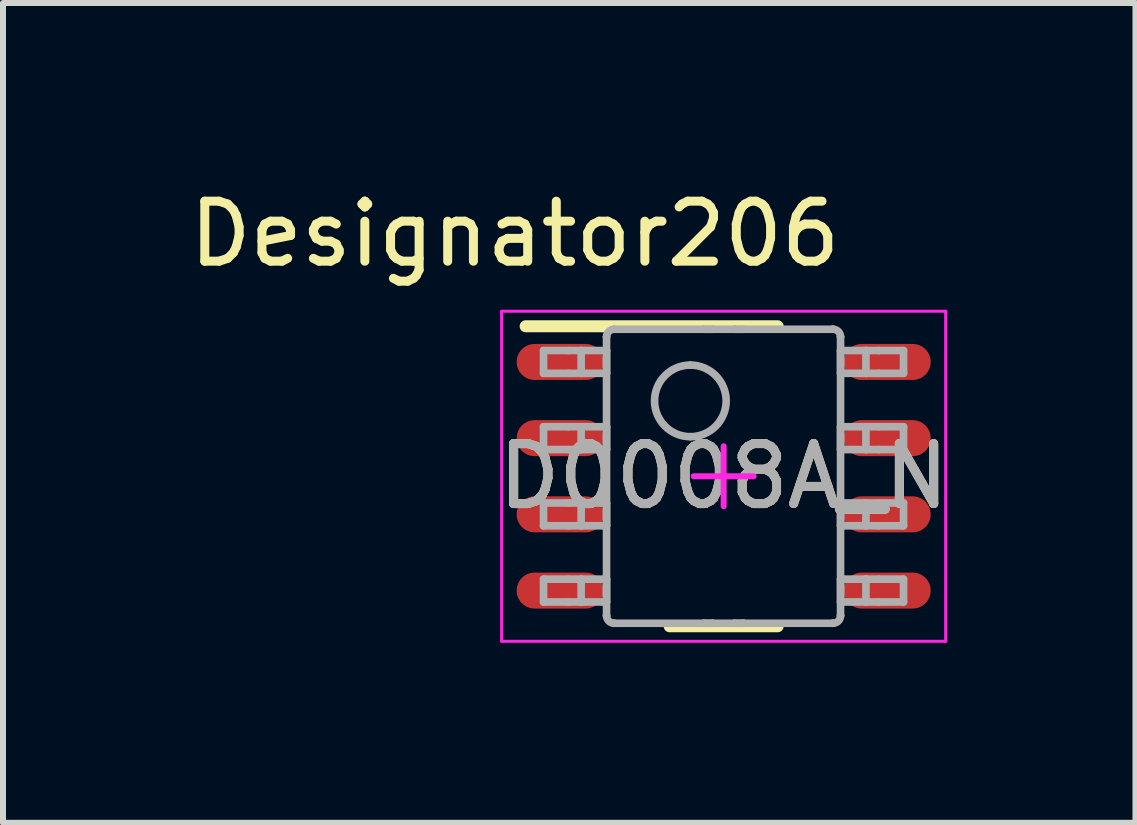
<source format=kicad_pcb>
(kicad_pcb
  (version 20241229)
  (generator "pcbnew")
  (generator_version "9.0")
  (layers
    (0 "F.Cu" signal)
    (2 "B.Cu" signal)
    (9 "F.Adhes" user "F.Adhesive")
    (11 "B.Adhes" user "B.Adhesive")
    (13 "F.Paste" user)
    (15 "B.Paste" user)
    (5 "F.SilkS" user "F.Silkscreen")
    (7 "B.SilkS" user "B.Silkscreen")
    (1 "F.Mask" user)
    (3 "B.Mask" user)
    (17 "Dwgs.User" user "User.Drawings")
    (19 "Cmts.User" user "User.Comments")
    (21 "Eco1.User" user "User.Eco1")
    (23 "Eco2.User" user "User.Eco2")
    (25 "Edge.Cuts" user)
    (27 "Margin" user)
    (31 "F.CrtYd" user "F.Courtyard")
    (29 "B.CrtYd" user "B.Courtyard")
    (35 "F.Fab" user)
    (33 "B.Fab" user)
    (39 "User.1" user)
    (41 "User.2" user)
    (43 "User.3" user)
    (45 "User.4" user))
  (footprint "D0008A_N"
    (layer "F.Cu")
    (at 9.01 4.887)
    (property "Reference" "D0008A_N" (at 0 0 0) (unlocked yes) (layer "F.SilkS") (effects (font (size 1 1) (thickness 0.15))))
    (attr smd)
    (fp_line (start -3.3 -2.5) (end 0.9 -2.5) (stroke (width 0.2) (type solid)) (layer "F.SilkS"))
    (fp_line (start -0.9 2.5) (end 0.9 2.5) (stroke (width 0.2) (type solid)) (layer "F.SilkS"))
    (fp_line (start -3.7 -2.75) (end 3.7 -2.75) (stroke (width 0.05) (type solid)) (layer "F.CrtYd"))
    (fp_line (start -3.7 2.75) (end -3.7 -2.75) (stroke (width 0.05) (type solid)) (layer "F.CrtYd"))
    (fp_line (start -3.7 2.75) (end 3.7 2.75) (stroke (width 0.05) (type solid)) (layer "F.CrtYd"))
    (fp_line (start -0.5 0) (end 0.5 0) (stroke (width 0.1) (type solid)) (layer "F.CrtYd"))
    (fp_line (start 0 0.5) (end 0 -0.5) (stroke (width 0.1) (type solid)) (layer "F.CrtYd"))
    (fp_line (start 3.7 2.75) (end 3.7 -2.75) (stroke (width 0.05) (type solid)) (layer "F.CrtYd"))
    (fp_line (start -3.002 -2.095) (end -2.589 -2.095) (stroke (width 0.127) (type solid)) (layer "F.Fab"))
    (fp_line (start -3.002 -1.715) (end -3.002 -2.095) (stroke (width 0.127) (type solid)) (layer "F.Fab"))
    (fp_line (start -3.002 -1.715) (end -2.589 -1.715) (stroke (width 0.127) (type solid)) (layer "F.Fab"))
    (fp_line (start -3.002 -0.825) (end -2.589 -0.825) (stroke (width 0.127) (type solid)) (layer "F.Fab"))
    (fp_line (start -3.002 -0.445) (end -3.002 -0.825) (stroke (width 0.127) (type solid)) (layer "F.Fab"))
    (fp_line (start -3.002 -0.445) (end -2.589 -0.445) (stroke (width 0.127) (type solid)) (layer "F.Fab"))
    (fp_line (start -3.002 0.445) (end -2.589 0.445) (stroke (width 0.127) (type solid)) (layer "F.Fab"))
    (fp_line (start -3.002 0.825) (end -3.002 0.445) (stroke (width 0.127) (type solid)) (layer "F.Fab"))
    (fp_line (start -3.002 0.825) (end -2.589 0.825) (stroke (width 0.127) (type solid)) (layer "F.Fab"))
    (fp_line (start -3.002 1.715) (end -2.589 1.715) (stroke (width 0.127) (type solid)) (layer "F.Fab"))
    (fp_line (start -3.002 2.095) (end -3.002 1.715) (stroke (width 0.127) (type solid)) (layer "F.Fab"))
    (fp_line (start -3.002 2.095) (end -2.589 2.095) (stroke (width 0.127) (type solid)) (layer "F.Fab"))
    (fp_line (start -2.589 -2.095) (end -2.375 -2.095) (stroke (width 0.127) (type solid)) (layer "F.Fab"))
    (fp_line (start -2.589 -1.715) (end -2.375 -1.715) (stroke (width 0.127) (type solid)) (layer "F.Fab"))
    (fp_line (start -2.589 -0.825) (end -2.375 -0.825) (stroke (width 0.127) (type solid)) (layer "F.Fab"))
    (fp_line (start -2.589 -0.445) (end -2.375 -0.445) (stroke (width 0.127) (type solid)) (layer "F.Fab"))
    (fp_line (start -2.589 0.445) (end -2.375 0.445) (stroke (width 0.127) (type solid)) (layer "F.Fab"))
    (fp_line (start -2.589 0.825) (end -2.375 0.825) (stroke (width 0.127) (type solid)) (layer "F.Fab"))
    (fp_line (start -2.589 1.715) (end -2.375 1.715) (stroke (width 0.127) (type solid)) (layer "F.Fab"))
    (fp_line (start -2.589 2.095) (end -2.375 2.095) (stroke (width 0.127) (type solid)) (layer "F.Fab"))
    (fp_line (start -2.375 -2.095) (end -1.995 -2.095) (stroke (width 0.127) (type solid)) (layer "F.Fab"))
    (fp_line (start -2.375 -1.715) (end -2.375 -2.095) (stroke (width 0.127) (type solid)) (layer "F.Fab"))
    (fp_line (start -2.375 -1.715) (end -1.995 -1.715) (stroke (width 0.127) (type solid)) (layer "F.Fab"))
    (fp_line (start -2.375 -0.825) (end -1.995 -0.825) (stroke (width 0.127) (type solid)) (layer "F.Fab"))
    (fp_line (start -2.375 -0.445) (end -2.375 -0.825) (stroke (width 0.127) (type solid)) (layer "F.Fab"))
    (fp_line (start -2.375 -0.445) (end -1.995 -0.445) (stroke (width 0.127) (type solid)) (layer "F.Fab"))
    (fp_line (start -2.375 0.445) (end -1.995 0.445) (stroke (width 0.127) (type solid)) (layer "F.Fab"))
    (fp_line (start -2.375 0.825) (end -2.375 0.445) (stroke (width 0.127) (type solid)) (layer "F.Fab"))
    (fp_line (start -2.375 0.825) (end -1.995 0.825) (stroke (width 0.127) (type solid)) (layer "F.Fab"))
    (fp_line (start -2.375 1.715) (end -1.995 1.715) (stroke (width 0.127) (type solid)) (layer "F.Fab"))
    (fp_line (start -2.375 2.095) (end -2.375 1.715) (stroke (width 0.127) (type solid)) (layer "F.Fab"))
    (fp_line (start -2.375 2.095) (end -1.995 2.095) (stroke (width 0.127) (type solid)) (layer "F.Fab"))
    (fp_line (start -1.995 -2.095) (end -1.952 -2.095) (stroke (width 0.127) (type solid)) (layer "F.Fab"))
    (fp_line (start -1.995 -1.715) (end -1.952 -1.715) (stroke (width 0.127) (type solid)) (layer "F.Fab"))
    (fp_line (start -1.995 -0.825) (end -1.952 -0.825) (stroke (width 0.127) (type solid)) (layer "F.Fab"))
    (fp_line (start -1.995 -0.445) (end -1.952 -0.445) (stroke (width 0.127) (type solid)) (layer "F.Fab"))
    (fp_line (start -1.995 0.445) (end -1.952 0.445) (stroke (width 0.127) (type solid)) (layer "F.Fab"))
    (fp_line (start -1.995 0.825) (end -1.952 0.825) (stroke (width 0.127) (type solid)) (layer "F.Fab"))
    (fp_line (start -1.995 1.715) (end -1.952 1.715) (stroke (width 0.127) (type solid)) (layer "F.Fab"))
    (fp_line (start -1.995 2.095) (end -1.952 2.095) (stroke (width 0.127) (type solid)) (layer "F.Fab"))
    (fp_line (start -1.952 -2.323) (end -1.952 -2.324) (stroke (width 0.127) (type solid)) (layer "F.Fab"))
    (fp_line (start -1.952 -1.715) (end -1.952 -2.095) (stroke (width 0.127) (type solid)) (layer "F.Fab"))
    (fp_line (start -1.952 -0.445) (end -1.952 -0.825) (stroke (width 0.127) (type solid)) (layer "F.Fab"))
    (fp_line (start -1.952 0.825) (end -1.952 0.445) (stroke (width 0.127) (type solid)) (layer "F.Fab"))
    (fp_line (start -1.952 2.095) (end -1.952 1.715) (stroke (width 0.127) (type solid)) (layer "F.Fab"))
    (fp_line (start -1.952 2.323) (end -1.952 -2.323) (stroke (width 0.127) (type solid)) (layer "F.Fab"))
    (fp_line (start -1.952 2.324) (end -1.952 2.323) (stroke (width 0.127) (type solid)) (layer "F.Fab"))
    (fp_line (start -1.826 -2.45) (end -1.825 -2.45) (stroke (width 0.127) (type solid)) (layer "F.Fab"))
    (fp_line (start -1.826 2.45) (end -1.825 2.45) (stroke (width 0.127) (type solid)) (layer "F.Fab"))
    (fp_line (start -1.825 -2.45) (end -0.332 -2.45) (stroke (width 0.127) (type solid)) (layer "F.Fab"))
    (fp_line (start -1.825 2.45) (end -0.332 2.45) (stroke (width 0.127) (type solid)) (layer "F.Fab"))
    (fp_line (start -0.332 -2.45) (end -0.182 -2.45) (stroke (width 0.127) (type solid)) (layer "F.Fab"))
    (fp_line (start -0.332 -2.45) (end -0.182 -2.45) (stroke (width 0.127) (type solid)) (layer "F.Fab"))
    (fp_line (start -0.332 2.45) (end -0.182 2.45) (stroke (width 0.127) (type solid)) (layer "F.Fab"))
    (fp_line (start -0.332 2.45) (end -0.182 2.45) (stroke (width 0.127) (type solid)) (layer "F.Fab"))
    (fp_line (start -0.182 -2.45) (end 0.178 -2.45) (stroke (width 0.127) (type solid)) (layer "F.Fab"))
    (fp_line (start -0.182 2.45) (end 0.178 2.45) (stroke (width 0.127) (type solid)) (layer "F.Fab"))
    (fp_line (start 0.178 -2.45) (end 0.328 -2.45) (stroke (width 0.127) (type solid)) (layer "F.Fab"))
    (fp_line (start 0.178 -2.45) (end 0.328 -2.45) (stroke (width 0.127) (type solid)) (layer "F.Fab"))
    (fp_line (start 0.178 2.45) (end 0.328 2.45) (stroke (width 0.127) (type solid)) (layer "F.Fab"))
    (fp_line (start 0.178 2.45) (end 0.328 2.45) (stroke (width 0.127) (type solid)) (layer "F.Fab"))
    (fp_line (start 0.328 -2.45) (end 1.821 -2.45) (stroke (width 0.127) (type solid)) (layer "F.Fab"))
    (fp_line (start 0.328 2.45) (end 1.821 2.45) (stroke (width 0.127) (type solid)) (layer "F.Fab"))
    (fp_line (start 1.821 -2.45) (end 1.822 -2.45) (stroke (width 0.127) (type solid)) (layer "F.Fab"))
    (fp_line (start 1.821 2.45) (end 1.822 2.45) (stroke (width 0.127) (type solid)) (layer "F.Fab"))
    (fp_line (start 1.948 -2.323) (end 1.948 -2.324) (stroke (width 0.127) (type solid)) (layer "F.Fab"))
    (fp_line (start 1.948 -2.095) (end 1.991 -2.095) (stroke (width 0.127) (type solid)) (layer "F.Fab"))
    (fp_line (start 1.948 -1.715) (end 1.948 -2.095) (stroke (width 0.127) (type solid)) (layer "F.Fab"))
    (fp_line (start 1.948 -1.715) (end 1.991 -1.715) (stroke (width 0.127) (type solid)) (layer "F.Fab"))
    (fp_line (start 1.948 -0.825) (end 1.991 -0.825) (stroke (width 0.127) (type solid)) (layer "F.Fab"))
    (fp_line (start 1.948 -0.445) (end 1.948 -0.825) (stroke (width 0.127) (type solid)) (layer "F.Fab"))
    (fp_line (start 1.948 -0.445) (end 1.991 -0.445) (stroke (width 0.127) (type solid)) (layer "F.Fab"))
    (fp_line (start 1.948 0.445) (end 1.991 0.445) (stroke (width 0.127) (type solid)) (layer "F.Fab"))
    (fp_line (start 1.948 0.825) (end 1.948 0.445) (stroke (width 0.127) (type solid)) (layer "F.Fab"))
    (fp_line (start 1.948 0.825) (end 1.991 0.825) (stroke (width 0.127) (type solid)) (layer "F.Fab"))
    (fp_line (start 1.948 1.715) (end 1.991 1.715) (stroke (width 0.127) (type solid)) (layer "F.Fab"))
    (fp_line (start 1.948 2.095) (end 1.948 1.715) (stroke (width 0.127) (type solid)) (layer "F.Fab"))
    (fp_line (start 1.948 2.095) (end 1.991 2.095) (stroke (width 0.127) (type solid)) (layer "F.Fab"))
    (fp_line (start 1.948 2.323) (end 1.948 -2.323) (stroke (width 0.127) (type solid)) (layer "F.Fab"))
    (fp_line (start 1.948 2.324) (end 1.948 2.323) (stroke (width 0.127) (type solid)) (layer "F.Fab"))
    (fp_line (start 1.991 -2.095) (end 2.371 -2.095) (stroke (width 0.127) (type solid)) (layer "F.Fab"))
    (fp_line (start 1.991 -1.715) (end 2.371 -1.715) (stroke (width 0.127) (type solid)) (layer "F.Fab"))
    (fp_line (start 1.991 -0.825) (end 2.371 -0.825) (stroke (width 0.127) (type solid)) (layer "F.Fab"))
    (fp_line (start 1.991 -0.445) (end 2.371 -0.445) (stroke (width 0.127) (type solid)) (layer "F.Fab"))
    (fp_line (start 1.991 0.445) (end 2.371 0.445) (stroke (width 0.127) (type solid)) (layer "F.Fab"))
    (fp_line (start 1.991 0.825) (end 2.371 0.825) (stroke (width 0.127) (type solid)) (layer "F.Fab"))
    (fp_line (start 1.991 1.715) (end 2.371 1.715) (stroke (width 0.127) (type solid)) (layer "F.Fab"))
    (fp_line (start 1.991 2.095) (end 2.371 2.095) (stroke (width 0.127) (type solid)) (layer "F.Fab"))
    (fp_line (start 2.371 -2.095) (end 2.585 -2.095) (stroke (width 0.127) (type solid)) (layer "F.Fab"))
    (fp_line (start 2.371 -1.715) (end 2.371 -2.095) (stroke (width 0.127) (type solid)) (layer "F.Fab"))
    (fp_line (start 2.371 -1.715) (end 2.585 -1.715) (stroke (width 0.127) (type solid)) (layer "F.Fab"))
    (fp_line (start 2.371 -0.825) (end 2.585 -0.825) (stroke (width 0.127) (type solid)) (layer "F.Fab"))
    (fp_line (start 2.371 -0.445) (end 2.371 -0.825) (stroke (width 0.127) (type solid)) (layer "F.Fab"))
    (fp_line (start 2.371 -0.445) (end 2.585 -0.445) (stroke (width 0.127) (type solid)) (layer "F.Fab"))
    (fp_line (start 2.371 0.445) (end 2.585 0.445) (stroke (width 0.127) (type solid)) (layer "F.Fab"))
    (fp_line (start 2.371 0.825) (end 2.371 0.445) (stroke (width 0.127) (type solid)) (layer "F.Fab"))
    (fp_line (start 2.371 0.825) (end 2.585 0.825) (stroke (width 0.127) (type solid)) (layer "F.Fab"))
    (fp_line (start 2.371 1.715) (end 2.585 1.715) (stroke (width 0.127) (type solid)) (layer "F.Fab"))
    (fp_line (start 2.371 2.095) (end 2.371 1.715) (stroke (width 0.127) (type solid)) (layer "F.Fab"))
    (fp_line (start 2.371 2.095) (end 2.585 2.095) (stroke (width 0.127) (type solid)) (layer "F.Fab"))
    (fp_line (start 2.585 -2.095) (end 2.998 -2.095) (stroke (width 0.127) (type solid)) (layer "F.Fab"))
    (fp_line (start 2.585 -1.715) (end 2.998 -1.715) (stroke (width 0.127) (type solid)) (layer "F.Fab"))
    (fp_line (start 2.585 -0.825) (end 2.998 -0.825) (stroke (width 0.127) (type solid)) (layer "F.Fab"))
    (fp_line (start 2.585 -0.445) (end 2.998 -0.445) (stroke (width 0.127) (type solid)) (layer "F.Fab"))
    (fp_line (start 2.585 0.445) (end 2.998 0.445) (stroke (width 0.127) (type solid)) (layer "F.Fab"))
    (fp_line (start 2.585 0.825) (end 2.998 0.825) (stroke (width 0.127) (type solid)) (layer "F.Fab"))
    (fp_line (start 2.585 1.715) (end 2.998 1.715) (stroke (width 0.127) (type solid)) (layer "F.Fab"))
    (fp_line (start 2.585 2.095) (end 2.998 2.095) (stroke (width 0.127) (type solid)) (layer "F.Fab"))
    (fp_line (start 2.998 -1.715) (end 2.998 -2.095) (stroke (width 0.127) (type solid)) (layer "F.Fab"))
    (fp_line (start 2.998 -0.445) (end 2.998 -0.825) (stroke (width 0.127) (type solid)) (layer "F.Fab"))
    (fp_line (start 2.998 0.825) (end 2.998 0.445) (stroke (width 0.127) (type solid)) (layer "F.Fab"))
    (fp_line (start 2.998 2.095) (end 2.998 1.715) (stroke (width 0.127) (type solid)) (layer "F.Fab"))
    (fp_arc (start -1.952002 -2.323941) (mid -1.914806 -2.412806) (end -1.825941 -2.450002) (stroke (width 0.127) (type solid)) (layer "F.Fab"))
    (fp_arc (start -1.825941 2.449992) (mid -1.914806 2.412795) (end -1.952002 2.323931) (stroke (width 0.127) (type solid)) (layer "F.Fab"))
    (fp_arc (start -0.555 -1.8531) (mid 0.0419 -1.2562) (end -0.555 -0.6593) (stroke (width 0.127) (type solid)) (layer "F.Fab"))
    (fp_arc (start -0.555 -0.6593) (mid -1.1519 -1.2562) (end -0.555 -1.8531) (stroke (width 0.127) (type solid)) (layer "F.Fab"))
    (fp_arc (start 1.821933 -2.450002) (mid 1.910797 -2.412806) (end 1.947994 -2.323941) (stroke (width 0.127) (type solid)) (layer "F.Fab"))
    (fp_arc (start 1.947994 2.323931) (mid 1.910797 2.412795) (end 1.821933 2.449992) (stroke (width 0.127) (type solid)) (layer "F.Fab"))
    (fp_text user "Designator206" (at -3.48 -4.039 0) (unlocked yes) (layer "F.SilkS") (effects (font (size 1 1) (thickness 0.15))))
    (fp_text user "${REFERENCE}" (at 0 0 0) (unlocked yes) (layer "F.Fab") (effects (font (size 1 1) (thickness 0.15))))
    (pad "1" smd oval (at -2.725 -1.905 90) (size 0.6 1.45) (layers "F.Cu" "F.Mask" "F.Paste"))
    (pad "2" smd oval (at -2.725 -0.635 90) (size 0.6 1.45) (layers "F.Cu" "F.Mask" "F.Paste"))
    (pad "3" smd oval (at -2.725 0.635 90) (size 0.6 1.45) (layers "F.Cu" "F.Mask" "F.Paste"))
    (pad "4" smd oval (at -2.725 1.905 90) (size 0.6 1.45) (layers "F.Cu" "F.Mask" "F.Paste"))
    (pad "5" smd oval (at 2.725 1.905 90) (size 0.6 1.45) (layers "F.Cu" "F.Mask" "F.Paste"))
    (pad "6" smd oval (at 2.725 0.635 90) (size 0.6 1.45) (layers "F.Cu" "F.Mask" "F.Paste"))
    (pad "7" smd oval (at 2.725 -0.635 90) (size 0.6 1.45) (layers "F.Cu" "F.Mask" "F.Paste"))
    (pad "8" smd oval (at 2.725 -1.905 90) (size 0.6 1.45) (layers "F.Cu" "F.Mask" "F.Paste")))
  (gr_rect
    (start -3 -3)
    (end 15.873 10.662)
    (stroke (width 0.1) (type default))
    (fill no)
    (layer "Edge.Cuts")))
</source>
